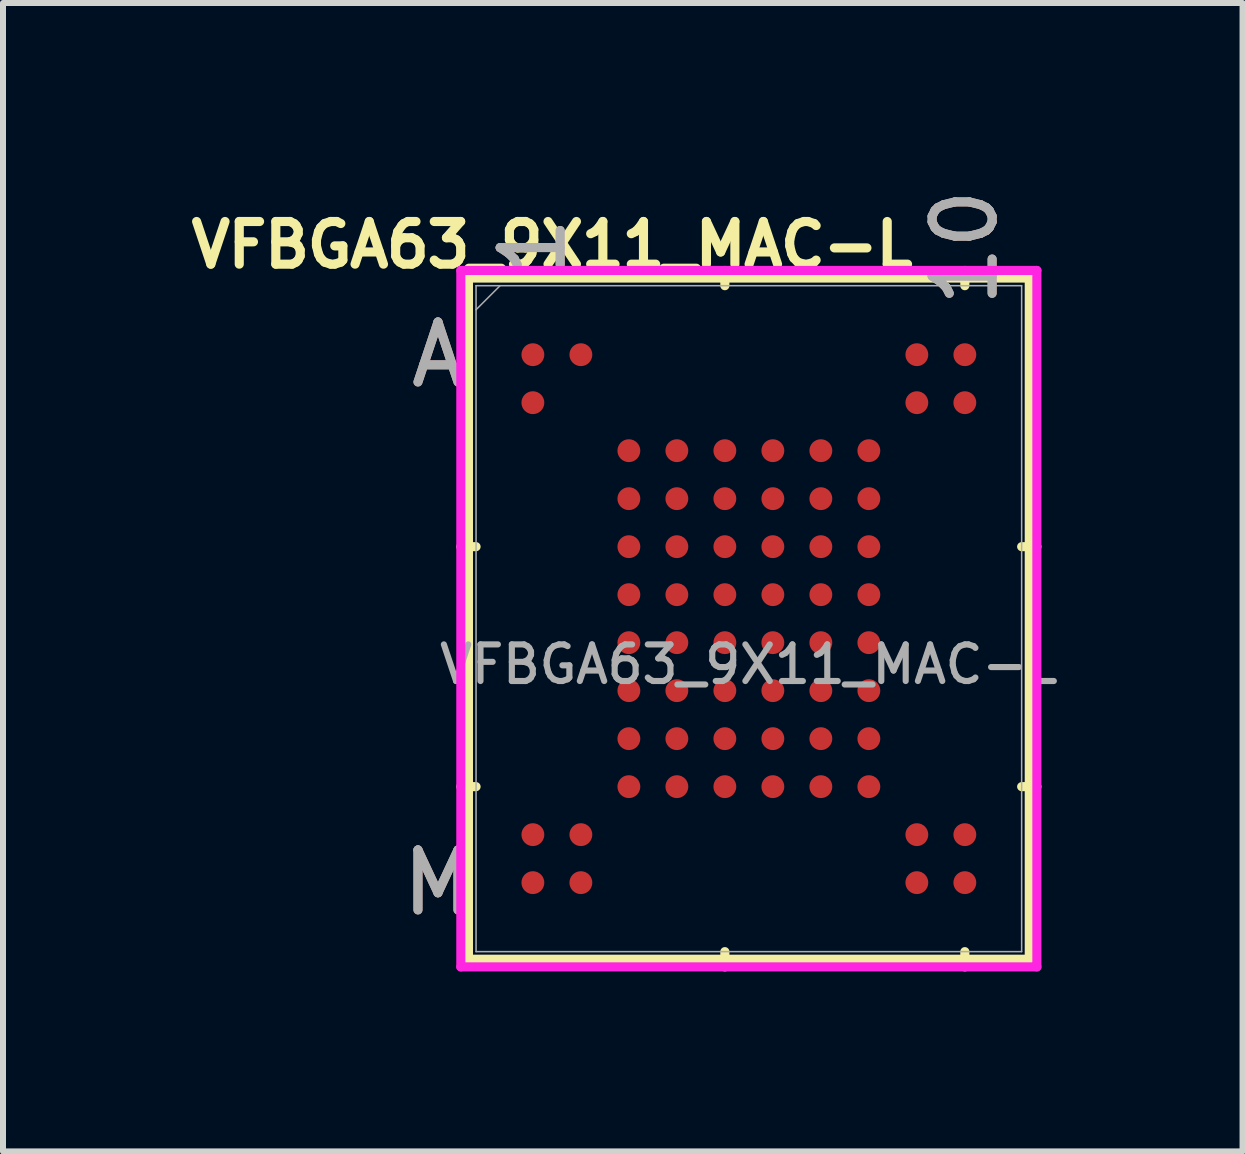
<source format=kicad_pcb>
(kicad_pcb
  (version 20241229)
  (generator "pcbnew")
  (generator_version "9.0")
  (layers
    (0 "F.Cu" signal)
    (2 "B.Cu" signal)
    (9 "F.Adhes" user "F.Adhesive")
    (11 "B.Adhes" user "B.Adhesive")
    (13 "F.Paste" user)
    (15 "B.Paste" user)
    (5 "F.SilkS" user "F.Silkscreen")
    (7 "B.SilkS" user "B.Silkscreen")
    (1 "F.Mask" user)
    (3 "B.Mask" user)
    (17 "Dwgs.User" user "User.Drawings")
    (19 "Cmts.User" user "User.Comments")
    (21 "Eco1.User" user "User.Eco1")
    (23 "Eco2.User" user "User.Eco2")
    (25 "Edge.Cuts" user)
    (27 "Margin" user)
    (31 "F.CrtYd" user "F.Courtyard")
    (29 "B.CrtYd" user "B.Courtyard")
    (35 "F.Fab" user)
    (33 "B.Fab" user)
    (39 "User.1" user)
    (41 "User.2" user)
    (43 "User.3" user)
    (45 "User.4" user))
  (footprint "VFBGA63_9X11_MAC-L"
    (layer "F.Cu")
    (at 9.432 7.262)
    (property "Reference" "VFBGA63_9X11_MAC-L" (at -3.28 -6.23 0) (unlocked yes) (layer "F.SilkS") (effects (font (size 0.711 0.711) (thickness 0.152) (bold yes))))
    (attr smd)
    (fp_line (start -4.674 -5.677) (end -4.674 5.677) (stroke (width 0.152) (type solid)) (layer "F.SilkS"))
    (fp_line (start -4.674 5.677) (end 4.674 5.677) (stroke (width 0.152) (type solid)) (layer "F.SilkS"))
    (fp_line (start -4.547 -1.2) (end -4.801 -1.2) (stroke (width 0.152) (type solid)) (layer "F.SilkS"))
    (fp_line (start -4.547 2.8) (end -4.801 2.8) (stroke (width 0.152) (type solid)) (layer "F.SilkS"))
    (fp_line (start -0.4 -5.55) (end -0.4 -5.804) (stroke (width 0.152) (type solid)) (layer "F.SilkS"))
    (fp_line (start -0.4 5.55) (end -0.4 5.804) (stroke (width 0.152) (type solid)) (layer "F.SilkS"))
    (fp_line (start 3.6 -5.55) (end 3.6 -5.804) (stroke (width 0.152) (type solid)) (layer "F.SilkS"))
    (fp_line (start 3.6 5.55) (end 3.6 5.804) (stroke (width 0.152) (type solid)) (layer "F.SilkS"))
    (fp_line (start 4.547 -1.2) (end 4.801 -1.2) (stroke (width 0.152) (type solid)) (layer "F.SilkS"))
    (fp_line (start 4.547 2.8) (end 4.801 2.8) (stroke (width 0.152) (type solid)) (layer "F.SilkS"))
    (fp_line (start 4.674 -5.677) (end -4.674 -5.677) (stroke (width 0.152) (type solid)) (layer "F.SilkS"))
    (fp_line (start 4.674 5.677) (end 4.674 -5.677) (stroke (width 0.152) (type solid)) (layer "F.SilkS"))
    (fp_line (start -4.801 -5.804) (end 4.801 -5.804) (stroke (width 0.152) (type solid)) (layer "F.CrtYd"))
    (fp_line (start -4.801 5.804) (end -4.801 -5.804) (stroke (width 0.152) (type solid)) (layer "F.CrtYd"))
    (fp_line (start 4.801 -5.804) (end 4.801 5.804) (stroke (width 0.152) (type solid)) (layer "F.CrtYd"))
    (fp_line (start 4.801 5.804) (end -4.801 5.804) (stroke (width 0.152) (type solid)) (layer "F.CrtYd"))
    (fp_line (start -4.547 -5.55) (end -4.547 5.55) (stroke (width 0.025) (type solid)) (layer "F.Fab"))
    (fp_line (start -4.547 5.55) (end 4.547 5.55) (stroke (width 0.025) (type solid)) (layer "F.Fab"))
    (fp_line (start -4.147 -5.55) (end -4.547 -5.15) (stroke (width 0.025) (type solid)) (layer "F.Fab"))
    (fp_line (start 4.547 -5.55) (end -4.547 -5.55) (stroke (width 0.025) (type solid)) (layer "F.Fab"))
    (fp_line (start 4.547 5.55) (end 4.547 -5.55) (stroke (width 0.025) (type solid)) (layer "F.Fab"))
    (fp_text user "1" (at -3.6 -6.185 90) (unlocked yes) (layer "B.SilkS") (effects (font (size 1 1) (thickness 0.15))))
    (fp_text user "10" (at 3.6 -6.185 90) (unlocked yes) (layer "B.SilkS") (effects (font (size 1 1) (thickness 0.15))))
    (fp_text user "M" (at -5.182 4.4 0) (unlocked yes) (layer "B.SilkS") (effects (font (size 1 1) (thickness 0.15))))
    (fp_text user "A" (at -5.182 -4.4 0) (unlocked yes) (layer "B.SilkS") (effects (font (size 1 1) (thickness 0.15))))
    (fp_text user "10" (at 3.6 -6.185 90) (unlocked yes) (layer "F.Fab") (effects (font (size 1 1) (thickness 0.15))))
    (fp_text user "A" (at -5.182 -4.4 0) (unlocked yes) (layer "F.Fab") (effects (font (size 1 1) (thickness 0.15))))
    (fp_text user "${REFERENCE}" (at 0 0.762 0) (unlocked yes) (layer "F.Fab") (effects (font (size 0.61 0.61) (thickness 0.102) (bold yes))))
    (fp_text user "M" (at -5.182 4.4 0) (unlocked yes) (layer "F.Fab") (effects (font (size 1 1) (thickness 0.15))))
    (fp_text user "1" (at -3.6 -6.185 90) (unlocked yes) (layer "F.Fab") (effects (font (size 1 1) (thickness 0.15))))
    (pad "A1" smd circle (at -3.6 -4.4) (size 0.381 0.381) (layers "F.Cu" "F.Mask" "F.Paste"))
    (pad "A2" smd circle (at -2.8 -4.4) (size 0.381 0.381) (layers "F.Cu" "F.Mask" "F.Paste"))
    (pad "A9" smd circle (at 2.8 -4.4) (size 0.381 0.381) (layers "F.Cu" "F.Mask" "F.Paste"))
    (pad "A10" smd circle (at 3.6 -4.4) (size 0.381 0.381) (layers "F.Cu" "F.Mask" "F.Paste"))
    (pad "B1" smd circle (at -3.6 -3.6) (size 0.381 0.381) (layers "F.Cu" "F.Mask" "F.Paste"))
    (pad "B9" smd circle (at 2.8 -3.6) (size 0.381 0.381) (layers "F.Cu" "F.Mask" "F.Paste"))
    (pad "B10" smd circle (at 3.6 -3.6) (size 0.381 0.381) (layers "F.Cu" "F.Mask" "F.Paste"))
    (pad "C3" smd circle (at -2 -2.8) (size 0.381 0.381) (layers "F.Cu" "F.Mask" "F.Paste"))
    (pad "C4" smd circle (at -1.2 -2.8) (size 0.381 0.381) (layers "F.Cu" "F.Mask" "F.Paste"))
    (pad "C5" smd circle (at -0.4 -2.8) (size 0.381 0.381) (layers "F.Cu" "F.Mask" "F.Paste"))
    (pad "C6" smd circle (at 0.4 -2.8) (size 0.381 0.381) (layers "F.Cu" "F.Mask" "F.Paste"))
    (pad "C7" smd circle (at 1.2 -2.8) (size 0.381 0.381) (layers "F.Cu" "F.Mask" "F.Paste"))
    (pad "C8" smd circle (at 2 -2.8) (size 0.381 0.381) (layers "F.Cu" "F.Mask" "F.Paste"))
    (pad "D3" smd circle (at -2 -2) (size 0.381 0.381) (layers "F.Cu" "F.Mask" "F.Paste"))
    (pad "D4" smd circle (at -1.2 -2) (size 0.381 0.381) (layers "F.Cu" "F.Mask" "F.Paste"))
    (pad "D5" smd circle (at -0.4 -2) (size 0.381 0.381) (layers "F.Cu" "F.Mask" "F.Paste"))
    (pad "D6" smd circle (at 0.4 -2) (size 0.381 0.381) (layers "F.Cu" "F.Mask" "F.Paste"))
    (pad "D7" smd circle (at 1.2 -2) (size 0.381 0.381) (layers "F.Cu" "F.Mask" "F.Paste"))
    (pad "D8" smd circle (at 2 -2) (size 0.381 0.381) (layers "F.Cu" "F.Mask" "F.Paste"))
    (pad "E3" smd circle (at -2 -1.2) (size 0.381 0.381) (layers "F.Cu" "F.Mask" "F.Paste"))
    (pad "E4" smd circle (at -1.2 -1.2) (size 0.381 0.381) (layers "F.Cu" "F.Mask" "F.Paste"))
    (pad "E5" smd circle (at -0.4 -1.2) (size 0.381 0.381) (layers "F.Cu" "F.Mask" "F.Paste"))
    (pad "E6" smd circle (at 0.4 -1.2) (size 0.381 0.381) (layers "F.Cu" "F.Mask" "F.Paste"))
    (pad "E7" smd circle (at 1.2 -1.2) (size 0.381 0.381) (layers "F.Cu" "F.Mask" "F.Paste"))
    (pad "E8" smd circle (at 2 -1.2) (size 0.381 0.381) (layers "F.Cu" "F.Mask" "F.Paste"))
    (pad "F3" smd circle (at -2 -0.4) (size 0.381 0.381) (layers "F.Cu" "F.Mask" "F.Paste"))
    (pad "F4" smd circle (at -1.2 -0.4) (size 0.381 0.381) (layers "F.Cu" "F.Mask" "F.Paste"))
    (pad "F5" smd circle (at -0.4 -0.4) (size 0.381 0.381) (layers "F.Cu" "F.Mask" "F.Paste"))
    (pad "F6" smd circle (at 0.4 -0.4) (size 0.381 0.381) (layers "F.Cu" "F.Mask" "F.Paste"))
    (pad "F7" smd circle (at 1.2 -0.4) (size 0.381 0.381) (layers "F.Cu" "F.Mask" "F.Paste"))
    (pad "F8" smd circle (at 2 -0.4) (size 0.381 0.381) (layers "F.Cu" "F.Mask" "F.Paste"))
    (pad "G3" smd circle (at -2 0.4) (size 0.381 0.381) (layers "F.Cu" "F.Mask" "F.Paste"))
    (pad "G4" smd circle (at -1.2 0.4) (size 0.381 0.381) (layers "F.Cu" "F.Mask" "F.Paste"))
    (pad "G5" smd circle (at -0.4 0.4) (size 0.381 0.381) (layers "F.Cu" "F.Mask" "F.Paste"))
    (pad "G6" smd circle (at 0.4 0.4) (size 0.381 0.381) (layers "F.Cu" "F.Mask" "F.Paste"))
    (pad "G7" smd circle (at 1.2 0.4) (size 0.381 0.381) (layers "F.Cu" "F.Mask" "F.Paste"))
    (pad "G8" smd circle (at 2 0.4) (size 0.381 0.381) (layers "F.Cu" "F.Mask" "F.Paste"))
    (pad "H3" smd circle (at -2 1.2) (size 0.381 0.381) (layers "F.Cu" "F.Mask" "F.Paste"))
    (pad "H4" smd circle (at -1.2 1.2) (size 0.381 0.381) (layers "F.Cu" "F.Mask" "F.Paste"))
    (pad "H5" smd circle (at -0.4 1.2) (size 0.381 0.381) (layers "F.Cu" "F.Mask" "F.Paste"))
    (pad "H6" smd circle (at 0.4 1.2) (size 0.381 0.381) (layers "F.Cu" "F.Mask" "F.Paste"))
    (pad "H7" smd circle (at 1.2 1.2) (size 0.381 0.381) (layers "F.Cu" "F.Mask" "F.Paste"))
    (pad "H8" smd circle (at 2 1.2) (size 0.381 0.381) (layers "F.Cu" "F.Mask" "F.Paste"))
    (pad "J3" smd circle (at -2 2) (size 0.381 0.381) (layers "F.Cu" "F.Mask" "F.Paste"))
    (pad "J4" smd circle (at -1.2 2) (size 0.381 0.381) (layers "F.Cu" "F.Mask" "F.Paste"))
    (pad "J5" smd circle (at -0.4 2) (size 0.381 0.381) (layers "F.Cu" "F.Mask" "F.Paste"))
    (pad "J6" smd circle (at 0.4 2) (size 0.381 0.381) (layers "F.Cu" "F.Mask" "F.Paste"))
    (pad "J7" smd circle (at 1.2 2) (size 0.381 0.381) (layers "F.Cu" "F.Mask" "F.Paste"))
    (pad "J8" smd circle (at 2 2) (size 0.381 0.381) (layers "F.Cu" "F.Mask" "F.Paste"))
    (pad "K3" smd circle (at -2 2.8) (size 0.381 0.381) (layers "F.Cu" "F.Mask" "F.Paste"))
    (pad "K4" smd circle (at -1.2 2.8) (size 0.381 0.381) (layers "F.Cu" "F.Mask" "F.Paste"))
    (pad "K5" smd circle (at -0.4 2.8) (size 0.381 0.381) (layers "F.Cu" "F.Mask" "F.Paste"))
    (pad "K6" smd circle (at 0.4 2.8) (size 0.381 0.381) (layers "F.Cu" "F.Mask" "F.Paste"))
    (pad "K7" smd circle (at 1.2 2.8) (size 0.381 0.381) (layers "F.Cu" "F.Mask" "F.Paste"))
    (pad "K8" smd circle (at 2 2.8) (size 0.381 0.381) (layers "F.Cu" "F.Mask" "F.Paste"))
    (pad "L1" smd circle (at -3.6 3.6) (size 0.381 0.381) (layers "F.Cu" "F.Mask" "F.Paste"))
    (pad "L2" smd circle (at -2.8 3.6) (size 0.381 0.381) (layers "F.Cu" "F.Mask" "F.Paste"))
    (pad "L9" smd circle (at 2.8 3.6) (size 0.381 0.381) (layers "F.Cu" "F.Mask" "F.Paste"))
    (pad "L10" smd circle (at 3.6 3.6) (size 0.381 0.381) (layers "F.Cu" "F.Mask" "F.Paste"))
    (pad "M1" smd circle (at -3.6 4.4) (size 0.381 0.381) (layers "F.Cu" "F.Mask" "F.Paste"))
    (pad "M2" smd circle (at -2.8 4.4) (size 0.381 0.381) (layers "F.Cu" "F.Mask" "F.Paste"))
    (pad "M9" smd circle (at 2.8 4.4) (size 0.381 0.381) (layers "F.Cu" "F.Mask" "F.Paste"))
    (pad "M10" smd circle (at 3.6 4.4) (size 0.381 0.381) (layers "F.Cu" "F.Mask" "F.Paste")))
  (gr_rect
    (start -3 -3)
    (end 17.661 16.142)
    (stroke (width 0.1) (type default))
    (fill no)
    (layer "Edge.Cuts")))
</source>
